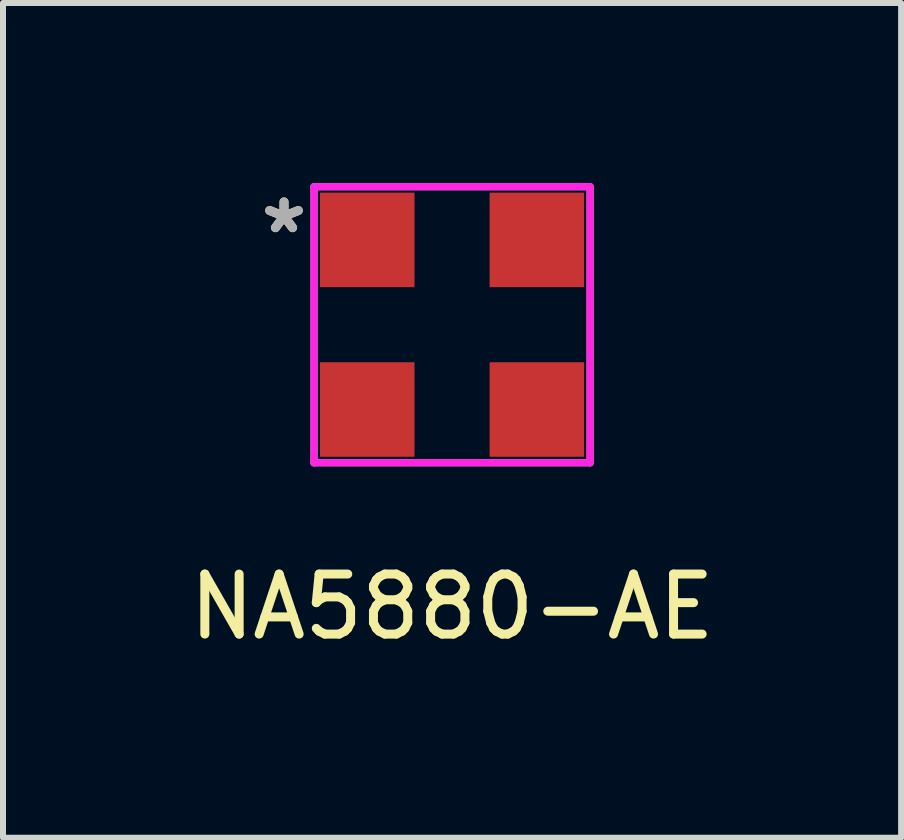
<source format=kicad_pcb>
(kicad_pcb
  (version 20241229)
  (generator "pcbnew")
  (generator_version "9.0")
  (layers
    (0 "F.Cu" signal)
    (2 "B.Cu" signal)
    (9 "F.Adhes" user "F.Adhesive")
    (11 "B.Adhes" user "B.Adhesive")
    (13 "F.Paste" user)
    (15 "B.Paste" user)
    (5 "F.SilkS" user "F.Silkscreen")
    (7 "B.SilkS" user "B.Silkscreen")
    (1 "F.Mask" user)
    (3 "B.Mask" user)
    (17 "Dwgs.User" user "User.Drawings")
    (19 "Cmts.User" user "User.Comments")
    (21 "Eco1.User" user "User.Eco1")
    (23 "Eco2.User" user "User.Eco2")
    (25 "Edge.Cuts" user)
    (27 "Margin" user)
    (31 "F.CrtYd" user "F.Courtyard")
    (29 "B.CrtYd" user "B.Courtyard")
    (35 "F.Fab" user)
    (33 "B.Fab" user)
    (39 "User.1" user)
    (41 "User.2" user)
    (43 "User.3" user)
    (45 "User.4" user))
  (footprint "NA5880-AE"
    (layer "F.Cu")
    (at 4.482 2.36)
    (property "Reference" "NA5880-AE" (at 0 4.7 0) (layer "F.SilkS") (effects (font (size 1 1) (thickness 0.15))))
    (attr through_hole)
    (fp_line (start -2.3 -2.3) (end 2.3 -2.3) (stroke (width 0.12) (type solid)) (layer "F.CrtYd"))
    (fp_line (start -2.3 2.3) (end -2.3 -2.3) (stroke (width 0.12) (type solid)) (layer "F.CrtYd"))
    (fp_line (start 2.3 -2.3) (end 2.3 2.3) (stroke (width 0.12) (type solid)) (layer "F.CrtYd"))
    (fp_line (start 2.3 2.3) (end -2.3 2.3) (stroke (width 0.12) (type solid)) (layer "F.CrtYd"))
    (fp_line (start -2.3 -2.3) (end 2.3 -2.3) (stroke (width 0.12) (type solid)) (layer "F.Fab"))
    (fp_line (start -2.3 2.3) (end -2.3 -2.3) (stroke (width 0.12) (type solid)) (layer "F.Fab"))
    (fp_line (start 2.3 -2.3) (end 2.3 2.3) (stroke (width 0.12) (type solid)) (layer "F.Fab"))
    (fp_line (start 2.3 2.3) (end -2.3 2.3) (stroke (width 0.12) (type solid)) (layer "F.Fab"))
    (fp_text user "*" (at -2.8 -1.5 0) (layer "F.SilkS") (effects (font (size 1 1) (thickness 0.15))))
    (fp_text user "*" (at -2.8 -1.5 0) (layer "F.Fab") (effects (font (size 1 1) (thickness 0.15))))
    (pad "1" smd rect (at -1.413 -1.413) (size 1.575 1.575) (layers "F.Cu" "F.Mask" "F.Paste"))
    (pad "2" smd rect (at -1.413 1.413) (size 1.575 1.575) (layers "F.Cu" "F.Mask" "F.Paste"))
    (pad "3" smd rect (at 1.413 1.413) (size 1.575 1.575) (layers "F.Cu" "F.Mask" "F.Paste"))
    (pad "4" smd rect (at 1.413 -1.413 90) (size 1.575 1.575) (layers "F.Cu" "F.Mask" "F.Paste")))
  (gr_rect
    (start -3 -3)
    (end 11.964 10.908)
    (stroke (width 0.1) (type default))
    (fill no)
    (layer "Edge.Cuts")))
</source>
